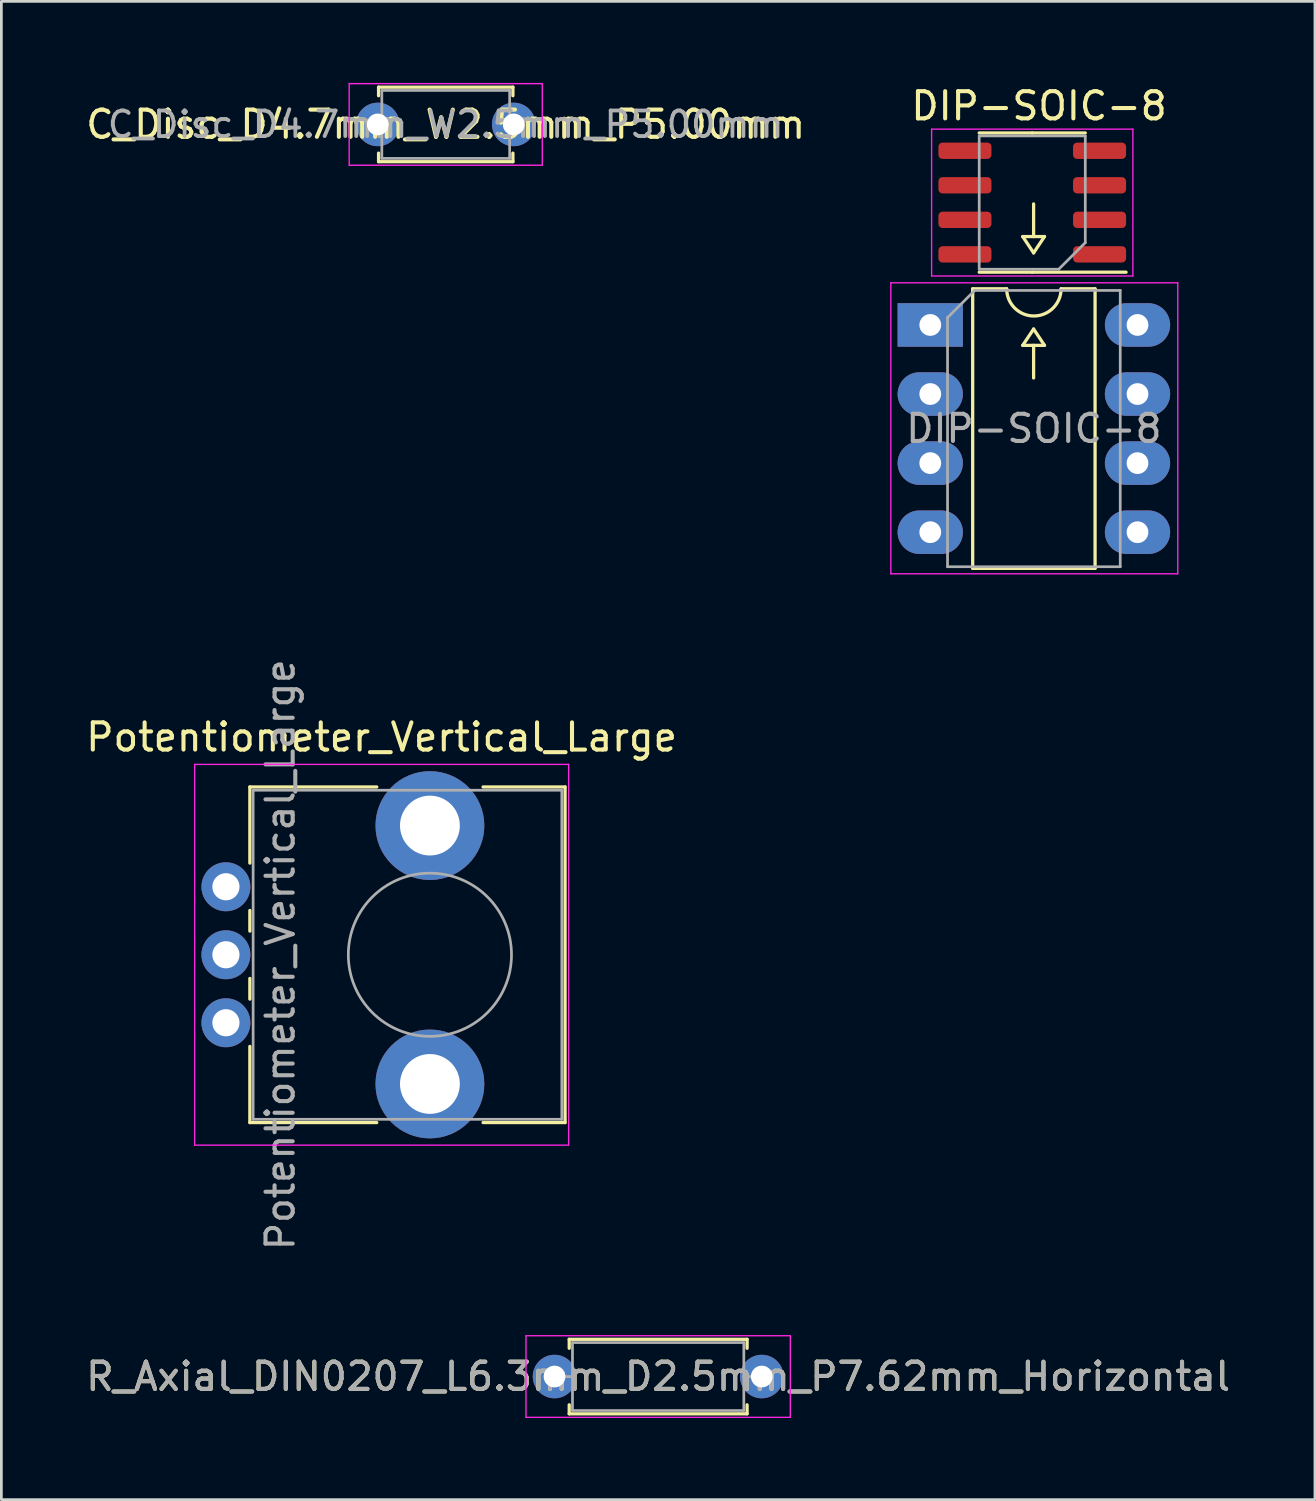
<source format=kicad_pcb>
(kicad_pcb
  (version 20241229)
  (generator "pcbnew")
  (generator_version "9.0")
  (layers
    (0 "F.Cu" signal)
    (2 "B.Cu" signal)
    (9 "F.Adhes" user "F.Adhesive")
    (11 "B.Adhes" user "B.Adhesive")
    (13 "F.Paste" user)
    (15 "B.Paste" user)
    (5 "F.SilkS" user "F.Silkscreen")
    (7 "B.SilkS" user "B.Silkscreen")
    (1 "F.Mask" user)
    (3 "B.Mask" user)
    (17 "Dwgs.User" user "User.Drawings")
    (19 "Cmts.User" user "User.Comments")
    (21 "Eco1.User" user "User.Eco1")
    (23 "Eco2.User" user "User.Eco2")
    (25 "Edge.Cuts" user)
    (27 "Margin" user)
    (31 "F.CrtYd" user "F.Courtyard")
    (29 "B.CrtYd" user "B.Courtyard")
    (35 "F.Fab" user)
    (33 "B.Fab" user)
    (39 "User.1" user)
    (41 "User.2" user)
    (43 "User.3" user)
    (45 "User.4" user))
  (footprint "Potentiometer_Vertical_Large"
    (layer "F.Cu")
    (at 5.257 34.555)
    (property "Reference" "Potentiometer_Vertical_Large" (at 5.725 -10.5 0) (layer "F.SilkS") (effects (font (size 1 1) (thickness 0.15))))
    (attr through_hole)
    (fp_line (start 0.88 -8.67) (end 0.88 -5.871) (stroke (width 0.12) (type solid)) (layer "F.SilkS"))
    (fp_line (start 0.88 -8.67) (end 5.546 -8.67) (stroke (width 0.12) (type solid)) (layer "F.SilkS"))
    (fp_line (start 0.88 -4.129) (end 0.88 -3.37) (stroke (width 0.12) (type solid)) (layer "F.SilkS"))
    (fp_line (start 0.88 -1.629) (end 0.88 -0.87) (stroke (width 0.12) (type solid)) (layer "F.SilkS"))
    (fp_line (start 0.88 0.87) (end 0.88 3.67) (stroke (width 0.12) (type solid)) (layer "F.SilkS"))
    (fp_line (start 0.88 3.67) (end 5.546 3.67) (stroke (width 0.12) (type solid)) (layer "F.SilkS"))
    (fp_line (start 9.455 -8.67) (end 12.47 -8.67) (stroke (width 0.12) (type solid)) (layer "F.SilkS"))
    (fp_line (start 9.455 3.67) (end 12.47 3.67) (stroke (width 0.12) (type solid)) (layer "F.SilkS"))
    (fp_line (start 12.47 -8.67) (end 12.47 3.67) (stroke (width 0.12) (type solid)) (layer "F.SilkS"))
    (fp_line (start -1.15 -9.5) (end -1.15 4.5) (stroke (width 0.05) (type solid)) (layer "F.CrtYd"))
    (fp_line (start -1.15 4.5) (end 12.6 4.5) (stroke (width 0.05) (type solid)) (layer "F.CrtYd"))
    (fp_line (start 12.6 -9.5) (end -1.15 -9.5) (stroke (width 0.05) (type solid)) (layer "F.CrtYd"))
    (fp_line (start 12.6 4.5) (end 12.6 -9.5) (stroke (width 0.05) (type solid)) (layer "F.CrtYd"))
    (fp_line (start 1 -8.55) (end 1 3.55) (stroke (width 0.1) (type solid)) (layer "F.Fab"))
    (fp_line (start 1 3.55) (end 12.35 3.55) (stroke (width 0.1) (type solid)) (layer "F.Fab"))
    (fp_line (start 12.35 -8.55) (end 1 -8.55) (stroke (width 0.1) (type solid)) (layer "F.Fab"))
    (fp_line (start 12.35 3.55) (end 12.35 -8.55) (stroke (width 0.1) (type solid)) (layer "F.Fab"))
    (fp_circle (center 7.5 -2.5) (end 10.5 -2.5) (stroke (width 0.1) (type solid)) (fill no) (layer "F.Fab"))
    (fp_text user "${REFERENCE}" (at 2 -2.5 90) (layer "F.Fab") (effects (font (size 1 1) (thickness 0.15))))
    (pad "" np_thru_hole circle (at 7.5 -7.25) (size 4 4) (drill 2.2) (layers "*.Cu" "*.Mask"))
    (pad "" np_thru_hole circle (at 7.5 2.25) (size 4 4) (drill 2.2) (layers "*.Cu" "*.Mask"))
    (pad "1" thru_hole circle (at 0 0) (size 1.8 1.8) (drill 1) (layers "*.Cu" "*.Mask"))
    (pad "2" thru_hole circle (at 0 -2.5) (size 1.8 1.8) (drill 1) (layers "*.Cu" "*.Mask"))
    (pad "3" thru_hole circle (at 0 -5) (size 1.8 1.8) (drill 1) (layers "*.Cu" "*.Mask")))
  (footprint "C_Disc_D4.7mm_W2.5mm_P5.00mm"
    (layer "F.Cu")
    (at 10.839 1.525)
    (property "Reference" "C_Disc_D4.7mm_W2.5mm_P5.00mm" (at 2.5 0 0) (layer "F.SilkS") (effects (font (size 1 1) (thickness 0.15))))
    (attr through_hole)
    (fp_line (start 0.03 -1.37) (end 0.03 -1.055) (stroke (width 0.12) (type solid)) (layer "F.SilkS"))
    (fp_line (start 0.03 -1.37) (end 4.97 -1.37) (stroke (width 0.12) (type solid)) (layer "F.SilkS"))
    (fp_line (start 0.03 1.055) (end 0.03 1.37) (stroke (width 0.12) (type solid)) (layer "F.SilkS"))
    (fp_line (start 0.03 1.37) (end 4.97 1.37) (stroke (width 0.12) (type solid)) (layer "F.SilkS"))
    (fp_line (start 4.97 -1.37) (end 4.97 -1.055) (stroke (width 0.12) (type solid)) (layer "F.SilkS"))
    (fp_line (start 4.97 1.055) (end 4.97 1.37) (stroke (width 0.12) (type solid)) (layer "F.SilkS"))
    (fp_line (start -1.05 -1.5) (end -1.05 1.5) (stroke (width 0.05) (type solid)) (layer "F.CrtYd"))
    (fp_line (start -1.05 1.5) (end 6.05 1.5) (stroke (width 0.05) (type solid)) (layer "F.CrtYd"))
    (fp_line (start 6.05 -1.5) (end -1.05 -1.5) (stroke (width 0.05) (type solid)) (layer "F.CrtYd"))
    (fp_line (start 6.05 1.5) (end 6.05 -1.5) (stroke (width 0.05) (type solid)) (layer "F.CrtYd"))
    (fp_line (start 0.15 -1.25) (end 0.15 1.25) (stroke (width 0.1) (type solid)) (layer "F.Fab"))
    (fp_line (start 0.15 1.25) (end 4.85 1.25) (stroke (width 0.1) (type solid)) (layer "F.Fab"))
    (fp_line (start 4.85 -1.25) (end 0.15 -1.25) (stroke (width 0.1) (type solid)) (layer "F.Fab"))
    (fp_line (start 4.85 1.25) (end 4.85 -1.25) (stroke (width 0.1) (type solid)) (layer "F.Fab"))
    (fp_text user "${REFERENCE}" (at 2.5 0 0) (layer "F.Fab") (effects (font (size 0.94 0.94) (thickness 0.141))))
    (pad "1" thru_hole circle (at 0 0) (size 1.6 1.6) (drill 0.8) (layers "*.Cu" "*.Mask"))
    (pad "2" thru_hole circle (at 5 0) (size 1.6 1.6) (drill 0.8) (layers "*.Cu" "*.Mask")))
  (footprint "DIP-SOIC-8"
    (layer "F.Cu")
    (at 34.854 2.748)
    (property "Reference" "DIP-SOIC-8" (at 0.3 -1.9 0) (layer "F.SilkS") (effects (font (size 1 1) (thickness 0.15))))
    (attr through_hole)
    (fp_line (start -2.14 4.82) (end -2.14 15.1) (stroke (width 0.12) (type solid)) (layer "F.SilkS"))
    (fp_line (start -2.14 15.1) (end 2.36 15.1) (stroke (width 0.12) (type solid)) (layer "F.SilkS"))
    (fp_line (start -0.89 4.82) (end -2.14 4.82) (stroke (width 0.12) (type solid)) (layer "F.SilkS"))
    (fp_line (start -0.3 2.9) (end 0.5 2.9) (stroke (width 0.12) (type solid)) (layer "F.SilkS"))
    (fp_line (start -0.3 6.9) (end 0.1 6.3) (stroke (width 0.12) (type solid)) (layer "F.SilkS"))
    (fp_line (start 0.05 -0.91) (end -1.9 -0.91) (stroke (width 0.12) (type solid)) (layer "F.SilkS"))
    (fp_line (start 0.05 -0.91) (end 2 -0.91) (stroke (width 0.12) (type solid)) (layer "F.SilkS"))
    (fp_line (start 0.05 4.21) (end -1.9 4.21) (stroke (width 0.12) (type solid)) (layer "F.SilkS"))
    (fp_line (start 0.05 4.21) (end 3.5 4.21) (stroke (width 0.12) (type solid)) (layer "F.SilkS"))
    (fp_line (start 0.1 2.9) (end 0.1 1.7) (stroke (width 0.12) (type solid)) (layer "F.SilkS"))
    (fp_line (start 0.1 3.5) (end -0.3 2.9) (stroke (width 0.12) (type solid)) (layer "F.SilkS"))
    (fp_line (start 0.1 6.3) (end 0.5 6.9) (stroke (width 0.12) (type solid)) (layer "F.SilkS"))
    (fp_line (start 0.1 6.9) (end 0.1 8.1) (stroke (width 0.12) (type solid)) (layer "F.SilkS"))
    (fp_line (start 0.5 2.9) (end 0.1 3.5) (stroke (width 0.12) (type solid)) (layer "F.SilkS"))
    (fp_line (start 0.5 6.9) (end -0.3 6.9) (stroke (width 0.12) (type solid)) (layer "F.SilkS"))
    (fp_line (start 2.36 4.82) (end 1.11 4.82) (stroke (width 0.12) (type solid)) (layer "F.SilkS"))
    (fp_line (start 2.36 15.1) (end 2.36 4.82) (stroke (width 0.12) (type solid)) (layer "F.SilkS"))
    (fp_arc (start 1.11 4.82) (mid 0.11 5.82) (end -0.89 4.82) (stroke (width 0.12) (type solid)) (layer "F.SilkS"))
    (fp_line (start -5.15 4.6) (end -5.15 15.3) (stroke (width 0.05) (type solid)) (layer "F.CrtYd"))
    (fp_line (start -5.15 15.3) (end 5.4 15.3) (stroke (width 0.05) (type solid)) (layer "F.CrtYd"))
    (fp_line (start -3.65 -1.05) (end -3.65 4.35) (stroke (width 0.05) (type solid)) (layer "F.CrtYd"))
    (fp_line (start -3.65 4.35) (end 3.75 4.35) (stroke (width 0.05) (type solid)) (layer "F.CrtYd"))
    (fp_line (start 3.75 -1.05) (end -3.65 -1.05) (stroke (width 0.05) (type solid)) (layer "F.CrtYd"))
    (fp_line (start 3.75 4.35) (end 3.75 -1.05) (stroke (width 0.05) (type solid)) (layer "F.CrtYd"))
    (fp_line (start 5.4 4.6) (end -5.15 4.6) (stroke (width 0.05) (type solid)) (layer "F.CrtYd"))
    (fp_line (start 5.4 15.3) (end 5.4 4.6) (stroke (width 0.05) (type solid)) (layer "F.CrtYd"))
    (fp_line (start -3.065 5.88) (end -2.065 4.88) (stroke (width 0.1) (type solid)) (layer "F.Fab"))
    (fp_line (start -3.065 15.04) (end -3.065 5.88) (stroke (width 0.1) (type solid)) (layer "F.Fab"))
    (fp_line (start -2.065 4.88) (end 3.285 4.88) (stroke (width 0.1) (type solid)) (layer "F.Fab"))
    (fp_line (start -1.9 -0.8) (end 2 -0.8) (stroke (width 0.1) (type solid)) (layer "F.Fab"))
    (fp_line (start -1.9 4.1) (end -1.9 -0.8) (stroke (width 0.1) (type solid)) (layer "F.Fab"))
    (fp_line (start 1.025 4.1) (end -1.9 4.1) (stroke (width 0.1) (type solid)) (layer "F.Fab"))
    (fp_line (start 2 -0.8) (end 2 3.125) (stroke (width 0.1) (type solid)) (layer "F.Fab"))
    (fp_line (start 2 3.125) (end 1.025 4.1) (stroke (width 0.1) (type solid)) (layer "F.Fab"))
    (fp_line (start 3.285 4.88) (end 3.285 15.04) (stroke (width 0.1) (type solid)) (layer "F.Fab"))
    (fp_line (start 3.285 15.04) (end -3.065 15.04) (stroke (width 0.1) (type solid)) (layer "F.Fab"))
    (fp_text user "${REFERENCE}" (at 0.11 9.96 0) (layer "F.Fab") (effects (font (size 1 1) (thickness 0.15))))
    (pad "1" thru_hole rect (at -3.7 6.15) (size 2.4 1.6) (drill 0.8) (layers "*.Cu" "*.Mask"))
    (pad "1" smd roundrect (at 2.525 3.555 180) (size 1.95 0.6) (layers "F.Cu" "F.Mask" "F.Paste") (roundrect_rratio 0.25))
    (pad "2" thru_hole oval (at -3.7 8.69) (size 2.4 1.6) (drill 0.8) (layers "*.Cu" "*.Mask"))
    (pad "2" smd roundrect (at 2.525 2.285 180) (size 1.95 0.6) (layers "F.Cu" "F.Mask" "F.Paste") (roundrect_rratio 0.25))
    (pad "3" thru_hole oval (at -3.7 11.23) (size 2.4 1.6) (drill 0.8) (layers "*.Cu" "*.Mask"))
    (pad "3" smd roundrect (at 2.525 1.015 180) (size 1.95 0.6) (layers "F.Cu" "F.Mask" "F.Paste") (roundrect_rratio 0.25))
    (pad "4" thru_hole oval (at -3.7 13.77) (size 2.4 1.6) (drill 0.8) (layers "*.Cu" "*.Mask"))
    (pad "4" smd roundrect (at 2.525 -0.255 180) (size 1.95 0.6) (layers "F.Cu" "F.Mask" "F.Paste") (roundrect_rratio 0.25))
    (pad "5" smd roundrect (at -2.425 -0.255 180) (size 1.95 0.6) (layers "F.Cu" "F.Mask" "F.Paste") (roundrect_rratio 0.25))
    (pad "5" thru_hole oval (at 3.92 13.77) (size 2.4 1.6) (drill 0.8) (layers "*.Cu" "*.Mask"))
    (pad "6" smd roundrect (at -2.425 1.015 180) (size 1.95 0.6) (layers "F.Cu" "F.Mask" "F.Paste") (roundrect_rratio 0.25))
    (pad "6" thru_hole oval (at 3.92 11.23) (size 2.4 1.6) (drill 0.8) (layers "*.Cu" "*.Mask"))
    (pad "7" smd roundrect (at -2.425 2.285 180) (size 1.95 0.6) (layers "F.Cu" "F.Mask" "F.Paste") (roundrect_rratio 0.25))
    (pad "7" thru_hole oval (at 3.92 8.69) (size 2.4 1.6) (drill 0.8) (layers "*.Cu" "*.Mask"))
    (pad "8" smd roundrect (at -2.425 3.555 180) (size 1.95 0.6) (layers "F.Cu" "F.Mask" "F.Paste") (roundrect_rratio 0.25))
    (pad "8" thru_hole oval (at 3.92 6.15) (size 2.4 1.6) (drill 0.8) (layers "*.Cu" "*.Mask")))
  (footprint "R_Axial_DIN0207_L6.3mm_D2.5mm_P7.62mm_Horizontal"
    (layer "F.Cu")
    (at 17.339 47.563)
    (property "Reference" "R_Axial_DIN0207_L6.3mm_D2.5mm_P7.62mm_Horizontal" (at 3.81 0 0) (layer "F.SilkS") (effects (font (size 1 1) (thickness 0.15))))
    (attr through_hole)
    (fp_line (start 0.54 -1.37) (end 7.08 -1.37) (stroke (width 0.12) (type solid)) (layer "F.SilkS"))
    (fp_line (start 0.54 -1.04) (end 0.54 -1.37) (stroke (width 0.12) (type solid)) (layer "F.SilkS"))
    (fp_line (start 0.54 1.04) (end 0.54 1.37) (stroke (width 0.12) (type solid)) (layer "F.SilkS"))
    (fp_line (start 0.54 1.37) (end 7.08 1.37) (stroke (width 0.12) (type solid)) (layer "F.SilkS"))
    (fp_line (start 7.08 -1.37) (end 7.08 -1.04) (stroke (width 0.12) (type solid)) (layer "F.SilkS"))
    (fp_line (start 7.08 1.37) (end 7.08 1.04) (stroke (width 0.12) (type solid)) (layer "F.SilkS"))
    (fp_line (start -1.05 -1.5) (end -1.05 1.5) (stroke (width 0.05) (type solid)) (layer "F.CrtYd"))
    (fp_line (start -1.05 1.5) (end 8.67 1.5) (stroke (width 0.05) (type solid)) (layer "F.CrtYd"))
    (fp_line (start 8.67 -1.5) (end -1.05 -1.5) (stroke (width 0.05) (type solid)) (layer "F.CrtYd"))
    (fp_line (start 8.67 1.5) (end 8.67 -1.5) (stroke (width 0.05) (type solid)) (layer "F.CrtYd"))
    (fp_line (start 0 0) (end 0.66 0) (stroke (width 0.1) (type solid)) (layer "F.Fab"))
    (fp_line (start 0.66 -1.25) (end 0.66 1.25) (stroke (width 0.1) (type solid)) (layer "F.Fab"))
    (fp_line (start 0.66 1.25) (end 6.96 1.25) (stroke (width 0.1) (type solid)) (layer "F.Fab"))
    (fp_line (start 6.96 -1.25) (end 0.66 -1.25) (stroke (width 0.1) (type solid)) (layer "F.Fab"))
    (fp_line (start 6.96 1.25) (end 6.96 -1.25) (stroke (width 0.1) (type solid)) (layer "F.Fab"))
    (fp_line (start 7.62 0) (end 6.96 0) (stroke (width 0.1) (type solid)) (layer "F.Fab"))
    (fp_text user "${REFERENCE}" (at 3.81 0 0) (layer "F.Fab") (effects (font (size 1 1) (thickness 0.15))))
    (pad "1" thru_hole circle (at 0 0) (size 1.6 1.6) (drill 0.8) (layers "*.Cu" "*.Mask"))
    (pad "2" thru_hole oval (at 7.62 0) (size 1.6 1.6) (drill 0.8) (layers "*.Cu" "*.Mask")))
  (gr_rect
    (start -3 -3)
    (end 45.298 52.088)
    (stroke (width 0.1) (type default))
    (fill no)
    (layer "Edge.Cuts")))
</source>
